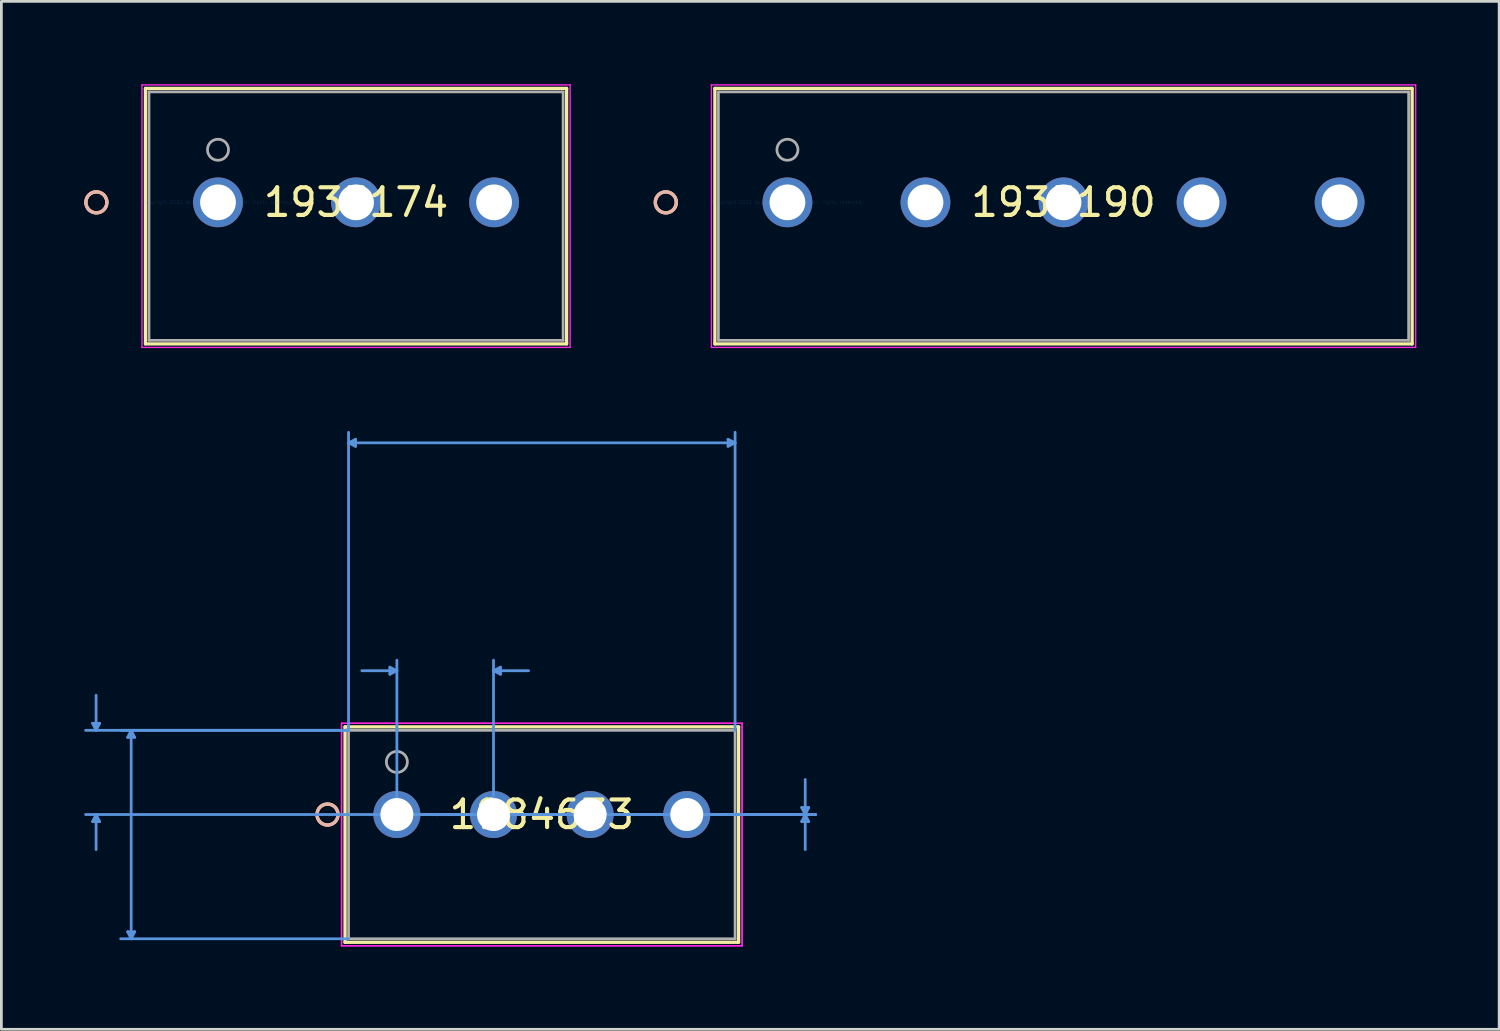
<source format=kicad_pcb>
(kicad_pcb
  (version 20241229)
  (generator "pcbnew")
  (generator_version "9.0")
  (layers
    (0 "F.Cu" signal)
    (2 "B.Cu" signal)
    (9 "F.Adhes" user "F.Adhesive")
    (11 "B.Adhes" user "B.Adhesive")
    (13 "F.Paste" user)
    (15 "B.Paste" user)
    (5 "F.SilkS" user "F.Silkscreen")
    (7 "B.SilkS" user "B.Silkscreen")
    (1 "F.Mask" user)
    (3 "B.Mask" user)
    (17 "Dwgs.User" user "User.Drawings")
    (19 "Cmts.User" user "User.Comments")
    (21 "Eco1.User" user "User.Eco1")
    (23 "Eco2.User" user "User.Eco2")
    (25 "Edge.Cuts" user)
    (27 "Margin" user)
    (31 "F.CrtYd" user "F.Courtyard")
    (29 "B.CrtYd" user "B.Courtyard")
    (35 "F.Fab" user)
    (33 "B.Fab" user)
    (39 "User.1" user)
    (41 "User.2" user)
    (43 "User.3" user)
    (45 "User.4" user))
  (footprint "1935174"
    (layer "F.Cu")
    (at 4.846 4.279)
    (property "Reference" "1935174" (at 5 0 0) (layer "F.SilkS") (effects (font (size 1 1) (thickness 0.15))))
    (attr through_hole)
    (fp_line (start -2.627 -4.127) (end -2.627 5.127) (stroke (width 0.12) (type solid)) (layer "F.SilkS"))
    (fp_line (start -2.627 5.127) (end 12.627 5.127) (stroke (width 0.12) (type solid)) (layer "F.SilkS"))
    (fp_line (start 12.627 -4.127) (end -2.627 -4.127) (stroke (width 0.12) (type solid)) (layer "F.SilkS"))
    (fp_line (start 12.627 5.127) (end 12.627 -4.127) (stroke (width 0.12) (type solid)) (layer "F.SilkS"))
    (fp_circle (center -4.405 0) (end -4.024 0) (stroke (width 0.12) (type solid)) (fill no) (layer "F.SilkS"))
    (fp_circle (center -4.405 0) (end -4.024 0) (stroke (width 0.12) (type solid)) (fill no) (layer "B.SilkS"))
    (fp_line (start -2.754 -4.254) (end -2.754 5.254) (stroke (width 0.05) (type solid)) (layer "F.CrtYd"))
    (fp_line (start -2.754 5.254) (end 12.754 5.254) (stroke (width 0.05) (type solid)) (layer "F.CrtYd"))
    (fp_line (start 12.754 -4.254) (end -2.754 -4.254) (stroke (width 0.05) (type solid)) (layer "F.CrtYd"))
    (fp_line (start 12.754 5.254) (end 12.754 -4.254) (stroke (width 0.05) (type solid)) (layer "F.CrtYd"))
    (fp_line (start -2.5 -4) (end -2.5 5) (stroke (width 0.1) (type solid)) (layer "F.Fab"))
    (fp_line (start -2.5 5) (end 12.5 5) (stroke (width 0.1) (type solid)) (layer "F.Fab"))
    (fp_line (start 12.5 -4) (end -2.5 -4) (stroke (width 0.1) (type solid)) (layer "F.Fab"))
    (fp_line (start 12.5 5) (end 12.5 -4) (stroke (width 0.1) (type solid)) (layer "F.Fab"))
    (fp_circle (center 0 -1.905) (end 0.381 -1.905) (stroke (width 0.1) (type solid)) (fill no) (layer "F.Fab"))
    (fp_text user "*" (at 0 0 0) (layer "F.SilkS") (effects (font (size 1 1) (thickness 0.15))))
    (fp_text user "Copyright 2021 Accelerated Designs. All rights reserved." (at 0 0 0) (layer "Cmts.User") (effects (font (size 0.127 0.127) (thickness 0.002))))
    (fp_text user "*" (at 0 0 0) (layer "F.Fab") (effects (font (size 1 1) (thickness 0.15))))
    (pad "1" thru_hole circle (at 0 0) (size 1.803 1.803) (drill 1.295) (layers "*.Cu" "*.Mask"))
    (pad "2" thru_hole circle (at 5 0) (size 1.803 1.803) (drill 1.295) (layers "*.Cu" "*.Mask"))
    (pad "3" thru_hole circle (at 10 0) (size 1.803 1.803) (drill 1.295) (layers "*.Cu" "*.Mask")))
  (footprint "1935190"
    (layer "F.Cu")
    (at 25.471 4.279)
    (property "Reference" "1935190" (at 10 0 0) (layer "F.SilkS") (effects (font (size 1 1) (thickness 0.15))))
    (attr through_hole)
    (fp_line (start -2.627 -4.127) (end -2.627 5.127) (stroke (width 0.12) (type solid)) (layer "F.SilkS"))
    (fp_line (start -2.627 5.127) (end 22.627 5.127) (stroke (width 0.12) (type solid)) (layer "F.SilkS"))
    (fp_line (start 22.627 -4.127) (end -2.627 -4.127) (stroke (width 0.12) (type solid)) (layer "F.SilkS"))
    (fp_line (start 22.627 5.127) (end 22.627 -4.127) (stroke (width 0.12) (type solid)) (layer "F.SilkS"))
    (fp_circle (center -4.405 0) (end -4.024 0) (stroke (width 0.12) (type solid)) (fill no) (layer "F.SilkS"))
    (fp_circle (center -4.405 0) (end -4.024 0) (stroke (width 0.12) (type solid)) (fill no) (layer "B.SilkS"))
    (fp_line (start -2.754 -4.254) (end -2.754 5.254) (stroke (width 0.05) (type solid)) (layer "F.CrtYd"))
    (fp_line (start -2.754 5.254) (end 22.754 5.254) (stroke (width 0.05) (type solid)) (layer "F.CrtYd"))
    (fp_line (start 22.754 -4.254) (end -2.754 -4.254) (stroke (width 0.05) (type solid)) (layer "F.CrtYd"))
    (fp_line (start 22.754 5.254) (end 22.754 -4.254) (stroke (width 0.05) (type solid)) (layer "F.CrtYd"))
    (fp_line (start -2.5 -4) (end -2.5 5) (stroke (width 0.1) (type solid)) (layer "F.Fab"))
    (fp_line (start -2.5 5) (end 22.5 5) (stroke (width 0.1) (type solid)) (layer "F.Fab"))
    (fp_line (start 22.5 -4) (end -2.5 -4) (stroke (width 0.1) (type solid)) (layer "F.Fab"))
    (fp_line (start 22.5 5) (end 22.5 -4) (stroke (width 0.1) (type solid)) (layer "F.Fab"))
    (fp_circle (center 0 -1.905) (end 0.381 -1.905) (stroke (width 0.1) (type solid)) (fill no) (layer "F.Fab"))
    (fp_text user "*" (at 0 0 0) (layer "F.SilkS") (effects (font (size 1 1) (thickness 0.15))))
    (fp_text user "Copyright 2021 Accelerated Designs. All rights reserved." (at 0 0 0) (layer "Cmts.User") (effects (font (size 0.127 0.127) (thickness 0.002))))
    (fp_text user "*" (at 0 0 0) (layer "F.Fab") (effects (font (size 1 1) (thickness 0.15))))
    (pad "1" thru_hole circle (at 0 0) (size 1.803 1.803) (drill 1.295) (layers "*.Cu" "*.Mask"))
    (pad "2" thru_hole circle (at 5 0) (size 1.803 1.803) (drill 1.295) (layers "*.Cu" "*.Mask"))
    (pad "3" thru_hole circle (at 10 0) (size 1.803 1.803) (drill 1.295) (layers "*.Cu" "*.Mask"))
    (pad "4" thru_hole circle (at 15 0) (size 1.803 1.803) (drill 1.295) (layers "*.Cu" "*.Mask"))
    (pad "5" thru_hole circle (at 20 0) (size 1.803 1.803) (drill 1.295) (layers "*.Cu" "*.Mask")))
  (footprint "1984633"
    (layer "F.Cu")
    (at 11.325 26.453)
    (property "Reference" "1984633" (at 5.25 0 0) (layer "F.SilkS") (effects (font (size 1 1) (thickness 0.15))))
    (attr through_hole)
    (fp_line (start -1.877 -3.177) (end -1.877 4.627) (stroke (width 0.12) (type solid)) (layer "F.SilkS"))
    (fp_line (start -1.877 4.627) (end 12.377 4.627) (stroke (width 0.12) (type solid)) (layer "F.SilkS"))
    (fp_line (start 12.377 -3.177) (end -1.877 -3.177) (stroke (width 0.12) (type solid)) (layer "F.SilkS"))
    (fp_line (start 12.377 4.627) (end 12.377 -3.177) (stroke (width 0.12) (type solid)) (layer "F.SilkS"))
    (fp_circle (center -2.512 0) (end -2.131 0) (stroke (width 0.12) (type solid)) (fill no) (layer "F.SilkS"))
    (fp_circle (center -2.512 0) (end -2.131 0) (stroke (width 0.12) (type solid)) (fill no) (layer "B.SilkS"))
    (fp_line (start -11.021 -3.304) (end -10.767 -3.304) (stroke (width 0.1) (type solid)) (layer "Cmts.User"))
    (fp_line (start -11.021 0.254) (end -10.767 0.254) (stroke (width 0.1) (type solid)) (layer "Cmts.User"))
    (fp_line (start -10.894 -3.05) (end -11.021 -3.304) (stroke (width 0.1) (type solid)) (layer "Cmts.User"))
    (fp_line (start -10.894 -3.05) (end -10.894 -4.32) (stroke (width 0.1) (type solid)) (layer "Cmts.User"))
    (fp_line (start -10.894 -3.05) (end -10.767 -3.304) (stroke (width 0.1) (type solid)) (layer "Cmts.User"))
    (fp_line (start -10.894 0) (end -11.021 0.254) (stroke (width 0.1) (type solid)) (layer "Cmts.User"))
    (fp_line (start -10.894 0) (end -10.894 1.27) (stroke (width 0.1) (type solid)) (layer "Cmts.User"))
    (fp_line (start -10.894 0) (end -10.767 0.254) (stroke (width 0.1) (type solid)) (layer "Cmts.User"))
    (fp_line (start -9.751 -2.796) (end -9.497 -2.796) (stroke (width 0.1) (type solid)) (layer "Cmts.User"))
    (fp_line (start -9.751 4.246) (end -9.497 4.246) (stroke (width 0.1) (type solid)) (layer "Cmts.User"))
    (fp_line (start -9.624 -3.05) (end -9.751 -2.796) (stroke (width 0.1) (type solid)) (layer "Cmts.User"))
    (fp_line (start -9.624 -3.05) (end -9.624 4.5) (stroke (width 0.1) (type solid)) (layer "Cmts.User"))
    (fp_line (start -9.624 -3.05) (end -9.497 -2.796) (stroke (width 0.1) (type solid)) (layer "Cmts.User"))
    (fp_line (start -9.624 4.5) (end -9.751 4.246) (stroke (width 0.1) (type solid)) (layer "Cmts.User"))
    (fp_line (start -9.624 4.5) (end -9.497 4.246) (stroke (width 0.1) (type solid)) (layer "Cmts.User"))
    (fp_line (start -1.75 -13.464) (end -1.496 -13.591) (stroke (width 0.1) (type solid)) (layer "Cmts.User"))
    (fp_line (start -1.75 -13.464) (end -1.496 -13.337) (stroke (width 0.1) (type solid)) (layer "Cmts.User"))
    (fp_line (start -1.75 -13.464) (end 12.25 -13.464) (stroke (width 0.1) (type solid)) (layer "Cmts.User"))
    (fp_line (start -1.75 -3.05) (end -11.275 -3.05) (stroke (width 0.1) (type solid)) (layer "Cmts.User"))
    (fp_line (start -1.75 -3.05) (end -10.005 -3.05) (stroke (width 0.1) (type solid)) (layer "Cmts.User"))
    (fp_line (start -1.75 -3.05) (end -1.75 -13.845) (stroke (width 0.1) (type solid)) (layer "Cmts.User"))
    (fp_line (start -1.75 4.5) (end -10.005 4.5) (stroke (width 0.1) (type solid)) (layer "Cmts.User"))
    (fp_line (start -1.496 -13.591) (end -1.496 -13.337) (stroke (width 0.1) (type solid)) (layer "Cmts.User"))
    (fp_line (start -0.254 -5.336) (end -0.254 -5.082) (stroke (width 0.1) (type solid)) (layer "Cmts.User"))
    (fp_line (start 0 -5.209) (end -1.27 -5.209) (stroke (width 0.1) (type solid)) (layer "Cmts.User"))
    (fp_line (start 0 -5.209) (end -0.254 -5.336) (stroke (width 0.1) (type solid)) (layer "Cmts.User"))
    (fp_line (start 0 -5.209) (end -0.254 -5.082) (stroke (width 0.1) (type solid)) (layer "Cmts.User"))
    (fp_line (start 0 0) (end 0 -5.59) (stroke (width 0.1) (type solid)) (layer "Cmts.User"))
    (fp_line (start 0 0) (end 15.171 0) (stroke (width 0.1) (type solid)) (layer "Cmts.User"))
    (fp_line (start 0 0) (end 15.171 0) (stroke (width 0.1) (type solid)) (layer "Cmts.User"))
    (fp_line (start 3.5 -5.209) (end 3.754 -5.336) (stroke (width 0.1) (type solid)) (layer "Cmts.User"))
    (fp_line (start 3.5 -5.209) (end 3.754 -5.082) (stroke (width 0.1) (type solid)) (layer "Cmts.User"))
    (fp_line (start 3.5 -5.209) (end 4.77 -5.209) (stroke (width 0.1) (type solid)) (layer "Cmts.User"))
    (fp_line (start 3.5 0) (end 3.5 -5.59) (stroke (width 0.1) (type solid)) (layer "Cmts.User"))
    (fp_line (start 3.754 -5.336) (end 3.754 -5.082) (stroke (width 0.1) (type solid)) (layer "Cmts.User"))
    (fp_line (start 5.25 0) (end -11.275 0) (stroke (width 0.1) (type solid)) (layer "Cmts.User"))
    (fp_line (start 11.996 -13.591) (end 11.996 -13.337) (stroke (width 0.1) (type solid)) (layer "Cmts.User"))
    (fp_line (start 12.25 -13.464) (end 11.996 -13.591) (stroke (width 0.1) (type solid)) (layer "Cmts.User"))
    (fp_line (start 12.25 -13.464) (end 11.996 -13.337) (stroke (width 0.1) (type solid)) (layer "Cmts.User"))
    (fp_line (start 12.25 -3.05) (end 12.25 -13.845) (stroke (width 0.1) (type solid)) (layer "Cmts.User"))
    (fp_line (start 14.663 -0.254) (end 14.917 -0.254) (stroke (width 0.1) (type solid)) (layer "Cmts.User"))
    (fp_line (start 14.663 0.254) (end 14.917 0.254) (stroke (width 0.1) (type solid)) (layer "Cmts.User"))
    (fp_line (start 14.79 0) (end 14.663 -0.254) (stroke (width 0.1) (type solid)) (layer "Cmts.User"))
    (fp_line (start 14.79 0) (end 14.663 0.254) (stroke (width 0.1) (type solid)) (layer "Cmts.User"))
    (fp_line (start 14.79 0) (end 14.79 -1.27) (stroke (width 0.1) (type solid)) (layer "Cmts.User"))
    (fp_line (start 14.79 0) (end 14.79 1.27) (stroke (width 0.1) (type solid)) (layer "Cmts.User"))
    (fp_line (start 14.79 0) (end 14.917 -0.254) (stroke (width 0.1) (type solid)) (layer "Cmts.User"))
    (fp_line (start 14.79 0) (end 14.917 0.254) (stroke (width 0.1) (type solid)) (layer "Cmts.User"))
    (fp_line (start -2.004 -3.304) (end -2.004 4.754) (stroke (width 0.05) (type solid)) (layer "F.CrtYd"))
    (fp_line (start -2.004 -3.304) (end -2.004 4.754) (stroke (width 0.05) (type solid)) (layer "F.CrtYd"))
    (fp_line (start -2.004 4.754) (end 12.504 4.754) (stroke (width 0.05) (type solid)) (layer "F.CrtYd"))
    (fp_line (start -2.004 4.754) (end 12.504 4.754) (stroke (width 0.05) (type solid)) (layer "F.CrtYd"))
    (fp_line (start 12.504 -3.304) (end -2.004 -3.304) (stroke (width 0.05) (type solid)) (layer "F.CrtYd"))
    (fp_line (start 12.504 -3.304) (end -2.004 -3.304) (stroke (width 0.05) (type solid)) (layer "F.CrtYd"))
    (fp_line (start 12.504 4.754) (end 12.504 -3.304) (stroke (width 0.05) (type solid)) (layer "F.CrtYd"))
    (fp_line (start 12.504 4.754) (end 12.504 -3.304) (stroke (width 0.05) (type solid)) (layer "F.CrtYd"))
    (fp_line (start -1.75 -3.05) (end -1.75 4.5) (stroke (width 0.1) (type solid)) (layer "F.Fab"))
    (fp_line (start -1.75 4.5) (end 12.25 4.5) (stroke (width 0.1) (type solid)) (layer "F.Fab"))
    (fp_line (start 12.25 -3.05) (end -1.75 -3.05) (stroke (width 0.1) (type solid)) (layer "F.Fab"))
    (fp_line (start 12.25 4.5) (end 12.25 -3.05) (stroke (width 0.1) (type solid)) (layer "F.Fab"))
    (fp_circle (center 0 -1.905) (end 0.381 -1.905) (stroke (width 0.1) (type solid)) (fill no) (layer "F.Fab"))
    (fp_text user "*" (at 0 0 0) (layer "F.SilkS") (effects (font (size 1 1) (thickness 0.15))))
    (fp_text user "Copyright 2021 Accelerated Designs. All rights reserved." (at 0 0 0) (layer "Cmts.User") (effects (font (size 0.127 0.127) (thickness 0.002))))
    (fp_text user "*" (at 0 0 0) (layer "F.Fab") (effects (font (size 1 1) (thickness 0.15))))
    (pad "1" thru_hole circle (at 0 0) (size 1.702 1.702) (drill 1.194) (layers "*.Cu" "*.Mask"))
    (pad "2" thru_hole circle (at 3.5 0) (size 1.702 1.702) (drill 1.194) (layers "*.Cu" "*.Mask"))
    (pad "3" thru_hole circle (at 7 0) (size 1.702 1.702) (drill 1.194) (layers "*.Cu" "*.Mask"))
    (pad "4" thru_hole circle (at 10.5 0) (size 1.702 1.702) (drill 1.194) (layers "*.Cu" "*.Mask")))
  (gr_rect
    (start -3 -3)
    (end 51.25 34.232)
    (stroke (width 0.1) (type default))
    (fill no)
    (layer "Edge.Cuts")))
</source>
